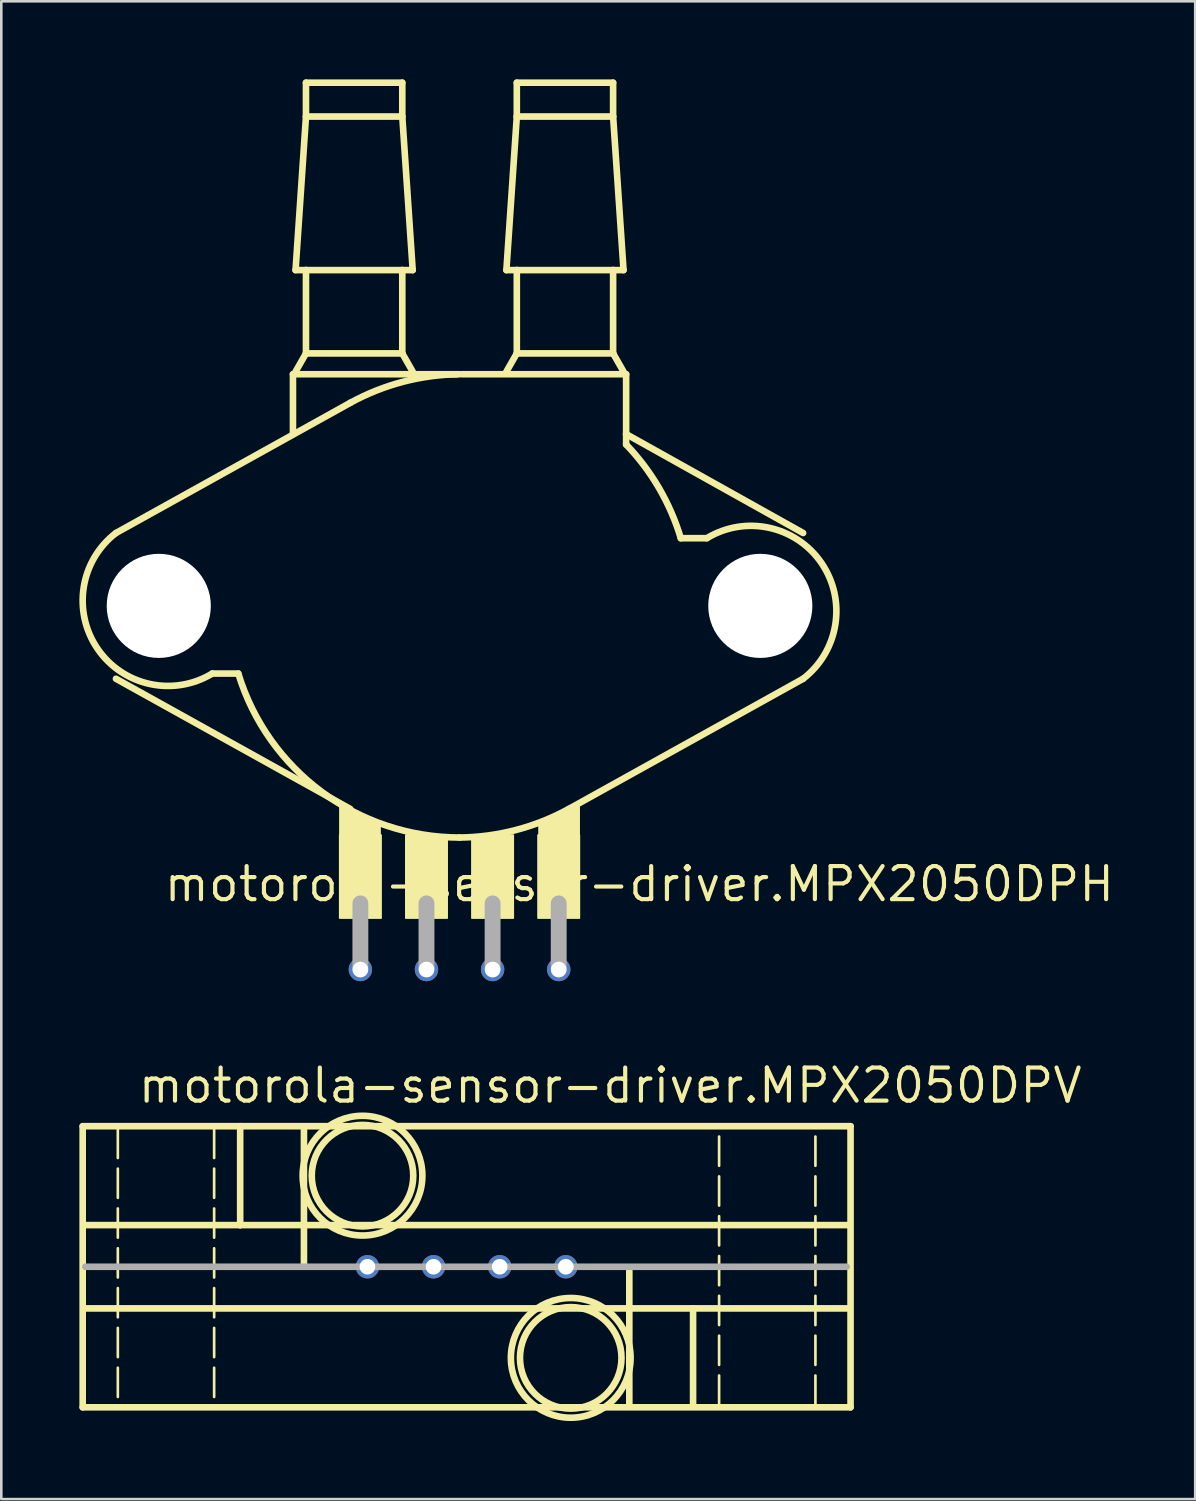
<source format=kicad_pcb>
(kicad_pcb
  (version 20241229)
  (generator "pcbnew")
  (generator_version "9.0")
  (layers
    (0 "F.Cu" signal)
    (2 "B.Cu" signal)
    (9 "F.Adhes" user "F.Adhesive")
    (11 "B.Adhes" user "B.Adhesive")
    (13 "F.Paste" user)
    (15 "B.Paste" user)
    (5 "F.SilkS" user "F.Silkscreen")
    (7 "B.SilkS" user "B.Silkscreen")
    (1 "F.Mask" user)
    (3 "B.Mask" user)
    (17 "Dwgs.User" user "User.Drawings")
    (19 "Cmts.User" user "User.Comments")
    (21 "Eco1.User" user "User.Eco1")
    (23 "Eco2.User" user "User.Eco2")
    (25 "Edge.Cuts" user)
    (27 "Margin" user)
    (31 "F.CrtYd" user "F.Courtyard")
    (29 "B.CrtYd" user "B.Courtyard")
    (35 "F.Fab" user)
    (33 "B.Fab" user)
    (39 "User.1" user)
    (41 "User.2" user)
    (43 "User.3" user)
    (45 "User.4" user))
  (footprint "motorola-sensor-driver.MPX2050DPV"
    (layer "F.Cu")
    (at 14.877 45.617)
    (property "Reference" "motorola-sensor-driver.MPX2050DPV" (at -12.7 -6.22 0) (layer "F.SilkS") (effects (font (size 1.27 1.27) (thickness 0.16)) (justify left bottom)))
    (attr through_hole)
    (fp_line (start -14.75 -5.4) (end -8.7 -5.4) (stroke (width 0.254) (type default)) (layer "F.SilkS"))
    (fp_line (start -14.75 5.4) (end -14.75 -5.4) (stroke (width 0.254) (type default)) (layer "F.SilkS"))
    (fp_line (start -14.65 -1.6) (end -8.7 -1.6) (stroke (width 0.254) (type default)) (layer "F.SilkS"))
    (fp_line (start -13.4 -5.3) (end -13.4 5.35) (stroke (width 0.102) (type dash)) (layer "F.SilkS"))
    (fp_line (start -9.7 -5.3) (end -9.7 5.35) (stroke (width 0.102) (type dash)) (layer "F.SilkS"))
    (fp_line (start -8.7 -5.4) (end -8.7 -1.6) (stroke (width 0.254) (type default)) (layer "F.SilkS"))
    (fp_line (start -8.7 -5.4) (end 14.75 -5.4) (stroke (width 0.254) (type default)) (layer "F.SilkS"))
    (fp_line (start -8.7 -1.6) (end -6.25 -1.6) (stroke (width 0.254) (type default)) (layer "F.SilkS"))
    (fp_line (start -6.25 -5.3) (end -6.25 -1.7) (stroke (width 0.254) (type default)) (layer "F.SilkS"))
    (fp_line (start -6.25 -1.6) (end -6.25 -0.05) (stroke (width 0.254) (type default)) (layer "F.SilkS"))
    (fp_line (start -6.25 -1.6) (end 14.65 -1.6) (stroke (width 0.254) (type default)) (layer "F.SilkS"))
    (fp_line (start 6.25 0.15) (end 6.25 1.6) (stroke (width 0.254) (type default)) (layer "F.SilkS"))
    (fp_line (start 6.25 1.6) (end -14.65 1.6) (stroke (width 0.254) (type default)) (layer "F.SilkS"))
    (fp_line (start 6.25 5.3) (end 6.25 1.7) (stroke (width 0.254) (type default)) (layer "F.SilkS"))
    (fp_line (start 8.7 1.6) (end 6.25 1.6) (stroke (width 0.254) (type default)) (layer "F.SilkS"))
    (fp_line (start 8.7 5.3) (end 8.7 1.6) (stroke (width 0.254) (type default)) (layer "F.SilkS"))
    (fp_line (start 9.7 5.3) (end 9.7 -5.35) (stroke (width 0.102) (type dash)) (layer "F.SilkS"))
    (fp_line (start 13.4 5.3) (end 13.4 -5.35) (stroke (width 0.102) (type dash)) (layer "F.SilkS"))
    (fp_line (start 14.65 1.6) (end 8.7 1.6) (stroke (width 0.254) (type default)) (layer "F.SilkS"))
    (fp_line (start 14.75 -5.4) (end 14.75 5.4) (stroke (width 0.254) (type default)) (layer "F.SilkS"))
    (fp_line (start 14.75 5.4) (end -14.75 5.4) (stroke (width 0.254) (type default)) (layer "F.SilkS"))
    (fp_circle (center -4 -3.5) (end -2.05 -3.5) (stroke (width 0.254) (type default)) (fill no) (layer "F.SilkS"))
    (fp_circle (center -4 -3.5) (end -1.7 -3.5) (stroke (width 0.254) (type default)) (fill no) (layer "F.SilkS"))
    (fp_circle (center 4 3.5) (end 5.95 3.5) (stroke (width 0.254) (type default)) (fill no) (layer "F.SilkS"))
    (fp_circle (center 4 3.5) (end 6.3 3.5) (stroke (width 0.254) (type default)) (fill no) (layer "F.SilkS"))
    (fp_line (start 14.6 0) (end -14.65 0) (stroke (width 0.254) (type default)) (layer "F.Fab"))
    (pad "1" thru_hole circle (at -3.81 0) (size 0.9 0.9) (drill 0.6) (layers "*.Cu" "*.Mask"))
    (pad "2" thru_hole circle (at -1.27 0) (size 0.9 0.9) (drill 0.6) (layers "*.Cu" "*.Mask"))
    (pad "3" thru_hole circle (at 1.27 0) (size 0.9 0.9) (drill 0.6) (layers "*.Cu" "*.Mask"))
    (pad "4" thru_hole circle (at 3.81 0) (size 0.9 0.9) (drill 0.6) (layers "*.Cu" "*.Mask")))
  (footprint "motorola-sensor-driver.MPX2050DPH"
    (layer "F.Cu")
    (at 14.605 20.227)
    (property "Reference" "motorola-sensor-driver.MPX2050DPH" (at -11.43 11.43 0) (layer "F.SilkS") (effects (font (size 1.27 1.27) (thickness 0.16)) (justify left bottom)))
    (attr through_hole)
    (fp_line (start -13.2 -2.8) (end -4.2 -7.8) (stroke (width 0.254) (type default)) (layer "F.SilkS"))
    (fp_line (start -13.2 2.8) (end -4.2 7.8) (stroke (width 0.254) (type default)) (layer "F.SilkS"))
    (fp_line (start -9.5 2.6) (end -8.5 2.6) (stroke (width 0.254) (type default)) (layer "F.SilkS"))
    (fp_line (start -6.4 -8.9) (end -6.4 -6.6) (stroke (width 0.254) (type default)) (layer "F.SilkS"))
    (fp_line (start -6.3 -12.9) (end -5.9 -18.8) (stroke (width 0.254) (type default)) (layer "F.SilkS"))
    (fp_line (start -5.9 -20.1) (end -5.9 -18.8) (stroke (width 0.254) (type default)) (layer "F.SilkS"))
    (fp_line (start -5.9 -18.8) (end -2.2 -18.8) (stroke (width 0.254) (type default)) (layer "F.SilkS"))
    (fp_line (start -5.9 -12.9) (end -6.3 -12.9) (stroke (width 0.254) (type default)) (layer "F.SilkS"))
    (fp_line (start -5.9 -12.9) (end -5.9 -9.7) (stroke (width 0.254) (type default)) (layer "F.SilkS"))
    (fp_line (start -5.9 -9.7) (end -6.3 -9) (stroke (width 0.254) (type default)) (layer "F.SilkS"))
    (fp_line (start -2.2 -20.1) (end -5.9 -20.1) (stroke (width 0.254) (type default)) (layer "F.SilkS"))
    (fp_line (start -2.2 -18.8) (end -2.2 -20.1) (stroke (width 0.254) (type default)) (layer "F.SilkS"))
    (fp_line (start -2.2 -18.8) (end -1.8 -12.9) (stroke (width 0.254) (type default)) (layer "F.SilkS"))
    (fp_line (start -2.2 -12.9) (end -5.9 -12.9) (stroke (width 0.254) (type default)) (layer "F.SilkS"))
    (fp_line (start -2.2 -9.7) (end -5.9 -9.7) (stroke (width 0.254) (type default)) (layer "F.SilkS"))
    (fp_line (start -2.2 -9.7) (end -2.2 -12.9) (stroke (width 0.254) (type default)) (layer "F.SilkS"))
    (fp_line (start -1.8 -12.9) (end -2.2 -12.9) (stroke (width 0.254) (type default)) (layer "F.SilkS"))
    (fp_line (start -1.8 -9) (end -2.2 -9.7) (stroke (width 0.254) (type default)) (layer "F.SilkS"))
    (fp_line (start -0.1 -8.9) (end -6.4 -8.9) (stroke (width 0.254) (type default)) (layer "F.SilkS"))
    (fp_line (start 0.1 -8.9) (end 6.4 -8.9) (stroke (width 0.254) (type default)) (layer "F.SilkS"))
    (fp_line (start 1.8 -12.9) (end 2.2 -12.9) (stroke (width 0.254) (type default)) (layer "F.SilkS"))
    (fp_line (start 1.8 -9) (end 2.2 -9.7) (stroke (width 0.254) (type default)) (layer "F.SilkS"))
    (fp_line (start 2.2 -20.1) (end 5.9 -20.1) (stroke (width 0.254) (type default)) (layer "F.SilkS"))
    (fp_line (start 2.2 -18.8) (end 1.8 -12.9) (stroke (width 0.254) (type default)) (layer "F.SilkS"))
    (fp_line (start 2.2 -18.8) (end 2.2 -20.1) (stroke (width 0.254) (type default)) (layer "F.SilkS"))
    (fp_line (start 2.2 -12.9) (end 5.9 -12.9) (stroke (width 0.254) (type default)) (layer "F.SilkS"))
    (fp_line (start 2.2 -9.7) (end 2.2 -12.9) (stroke (width 0.254) (type default)) (layer "F.SilkS"))
    (fp_line (start 2.2 -9.7) (end 5.9 -9.7) (stroke (width 0.254) (type default)) (layer "F.SilkS"))
    (fp_line (start 5.9 -20.1) (end 5.9 -18.8) (stroke (width 0.254) (type default)) (layer "F.SilkS"))
    (fp_line (start 5.9 -18.8) (end 2.2 -18.8) (stroke (width 0.254) (type default)) (layer "F.SilkS"))
    (fp_line (start 5.9 -12.9) (end 5.9 -9.7) (stroke (width 0.254) (type default)) (layer "F.SilkS"))
    (fp_line (start 5.9 -12.9) (end 6.3 -12.9) (stroke (width 0.254) (type default)) (layer "F.SilkS"))
    (fp_line (start 5.9 -9.7) (end 6.3 -9) (stroke (width 0.254) (type default)) (layer "F.SilkS"))
    (fp_line (start 6.3 -12.9) (end 5.9 -18.8) (stroke (width 0.254) (type default)) (layer "F.SilkS"))
    (fp_line (start 6.4 -8.9) (end 6.4 -6.6) (stroke (width 0.254) (type default)) (layer "F.SilkS"))
    (fp_line (start 6.4 -6.6) (end 6.4 -6.2) (stroke (width 0.254) (type default)) (layer "F.SilkS"))
    (fp_line (start 9.5 -2.6) (end 8.5 -2.6) (stroke (width 0.254) (type default)) (layer "F.SilkS"))
    (fp_line (start 13.2 -2.8) (end 6.4 -6.6) (stroke (width 0.254) (type default)) (layer "F.SilkS"))
    (fp_line (start 13.2 2.8) (end 4.2 7.8) (stroke (width 0.254) (type default)) (layer "F.SilkS"))
    (fp_rect (start -4.61 12) (end -3.01 8.8) (stroke (width 0.05) (type default)) (fill yes) (layer "F.SilkS"))
    (fp_rect (start -2.07 12) (end -0.47 8.8) (stroke (width 0.05) (type default)) (fill yes) (layer "F.SilkS"))
    (fp_rect (start 0.47 12) (end 2.07 8.8) (stroke (width 0.05) (type default)) (fill yes) (layer "F.SilkS"))
    (fp_rect (start 3.01 12) (end 4.61 8.8) (stroke (width 0.05) (type default)) (fill yes) (layer "F.SilkS"))
    (fp_arc (start -9.5 2.6) (mid -13.904164 1.650075) (end -13.2 -2.8) (stroke (width 0.254) (type default)) (layer "F.SilkS"))
    (fp_arc (start -4.2 -7.8) (mid -2.168101 -8.610023) (end 0 -8.9) (stroke (width 0.254) (type default)) (layer "F.SilkS"))
    (fp_arc (start 0 8.9) (mid -5.287777 7.150175) (end -8.5 2.6) (stroke (width 0.254) (type default)) (layer "F.SilkS"))
    (fp_arc (start 4.2 7.8) (mid 2.168101 8.610023) (end 0 8.9) (stroke (width 0.254) (type default)) (layer "F.SilkS"))
    (fp_arc (start 6.4 -6.2) (mid 7.664366 -4.525047) (end 8.5 -2.6) (stroke (width 0.254) (type default)) (layer "F.SilkS"))
    (fp_arc (start 9.5 -2.6) (mid 13.904154 -1.650068) (end 13.2 2.8) (stroke (width 0.254) (type default)) (layer "F.SilkS"))
    (fp_poly (pts (xy -3.15 8.8) (xy -3.15 8.4) (xy -4.5 7.75) (xy -4.5 8.8)) (stroke (width 0.254) (type default)) (fill yes) (layer "F.SilkS"))
    (fp_poly (pts (xy 4.5 8.8) (xy 4.5 7.7) (xy 3.15 8.4) (xy 3.15 8.8)) (stroke (width 0.254) (type default)) (fill yes) (layer "F.SilkS"))
    (fp_line (start -3.81 13.97) (end -3.81 11.43) (stroke (width 0.61) (type default)) (layer "F.Fab"))
    (fp_line (start -1.27 13.97) (end -1.27 11.43) (stroke (width 0.61) (type default)) (layer "F.Fab"))
    (fp_line (start 1.27 13.97) (end 1.27 11.43) (stroke (width 0.61) (type default)) (layer "F.Fab"))
    (fp_line (start 3.81 13.97) (end 3.81 11.43) (stroke (width 0.61) (type default)) (layer "F.Fab"))
    (pad "" np_thru_hole circle (at -11.555 0) (size 4 4) (drill 4) (layers "*.Cu" "*.Mask"))
    (pad "" np_thru_hole circle (at 11.555 0) (size 4 4) (drill 4) (layers "*.Cu" "*.Mask"))
    (pad "1" thru_hole circle (at -3.81 13.97) (size 0.9 0.9) (drill 0.6) (layers "*.Cu" "*.Mask"))
    (pad "2" thru_hole circle (at -1.27 13.97) (size 0.9 0.9) (drill 0.6) (layers "*.Cu" "*.Mask"))
    (pad "3" thru_hole circle (at 1.27 13.97) (size 0.9 0.9) (drill 0.6) (layers "*.Cu" "*.Mask"))
    (pad "4" thru_hole circle (at 3.81 13.97) (size 0.9 0.9) (drill 0.6) (layers "*.Cu" "*.Mask")))
  (gr_rect
    (start -3 -3)
    (end 42.868 54.544)
    (stroke (width 0.1) (type default))
    (fill no)
    (layer "Edge.Cuts")))
</source>
